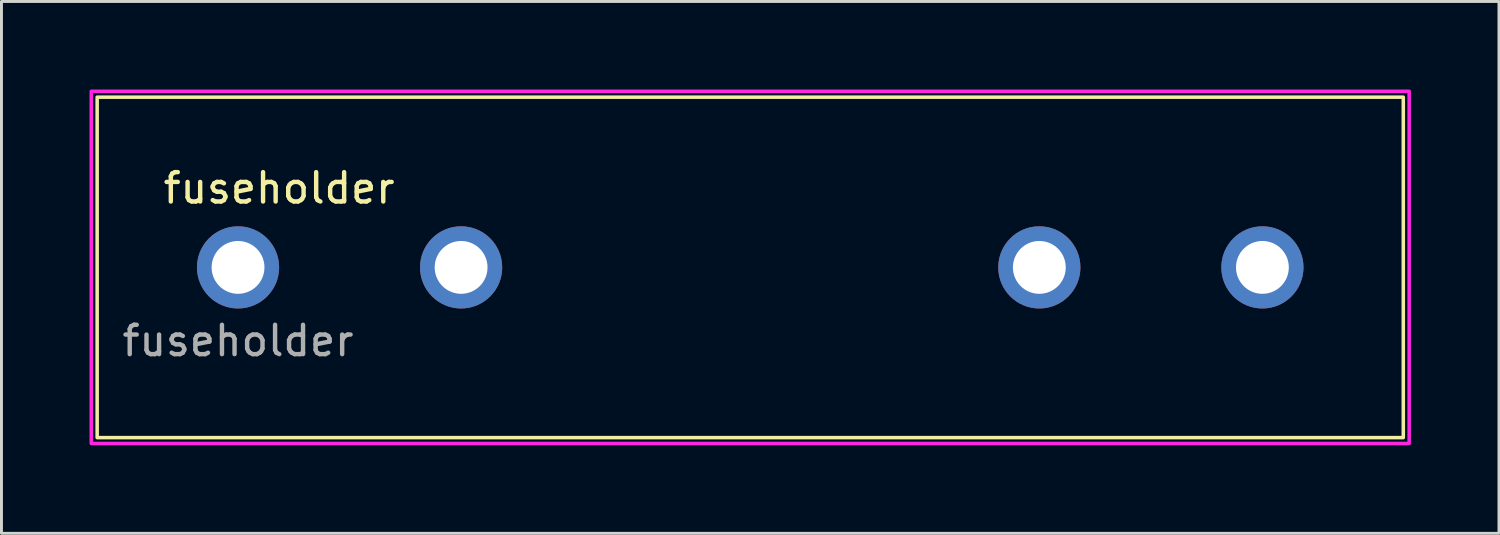
<source format=kicad_pcb>
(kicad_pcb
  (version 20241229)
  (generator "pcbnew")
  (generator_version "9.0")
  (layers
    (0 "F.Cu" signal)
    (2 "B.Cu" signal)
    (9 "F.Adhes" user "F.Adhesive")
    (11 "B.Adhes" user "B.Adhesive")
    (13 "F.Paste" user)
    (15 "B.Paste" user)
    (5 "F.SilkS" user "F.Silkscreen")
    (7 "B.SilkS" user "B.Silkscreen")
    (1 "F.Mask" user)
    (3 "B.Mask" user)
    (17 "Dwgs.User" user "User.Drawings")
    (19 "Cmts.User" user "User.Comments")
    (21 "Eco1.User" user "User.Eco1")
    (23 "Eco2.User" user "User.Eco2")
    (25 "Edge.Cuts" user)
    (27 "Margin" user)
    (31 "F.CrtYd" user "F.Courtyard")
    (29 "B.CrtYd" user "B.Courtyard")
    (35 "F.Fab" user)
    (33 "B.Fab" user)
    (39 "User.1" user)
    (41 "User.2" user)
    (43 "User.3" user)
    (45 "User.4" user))
  (footprint "fuseholder"
    (layer "F.Cu")
    (at 5.06 6.06)
    (property "Reference" "fuseholder" (at 1.4 -2.7 0) (unlocked yes) (layer "F.SilkS") (effects (font (size 1 1) (thickness 0.15))))
    (attr through_hole)
    (fp_rect (start -4.8 -5.8) (end 39.7 5.8) (stroke (width 0.12) (type solid)) (fill no) (layer "F.SilkS"))
    (fp_rect (start -5 -6) (end 39.9 6) (stroke (width 0.12) (type solid)) (fill no) (layer "F.CrtYd"))
    (fp_text user "${REFERENCE}" (at 0 2.5 0) (unlocked yes) (layer "F.Fab") (effects (font (size 1 1) (thickness 0.15))))
    (pad "1" thru_hole circle (at 0 0) (size 2.8 2.8) (drill 1.8) (layers "*.Cu" "*.Mask"))
    (pad "1" thru_hole circle (at 7.6 0) (size 2.8 2.8) (drill 1.8) (layers "*.Cu" "*.Mask"))
    (pad "2" thru_hole circle (at 27.3 0) (size 2.8 2.8) (drill 1.8) (layers "*.Cu" "*.Mask"))
    (pad "2" thru_hole circle (at 34.9 0) (size 2.8 2.8) (drill 1.8) (layers "*.Cu" "*.Mask")))
  (gr_rect
    (start -3 -3)
    (end 48.02 15.12)
    (stroke (width 0.1) (type default))
    (fill no)
    (layer "Edge.Cuts")))
</source>
